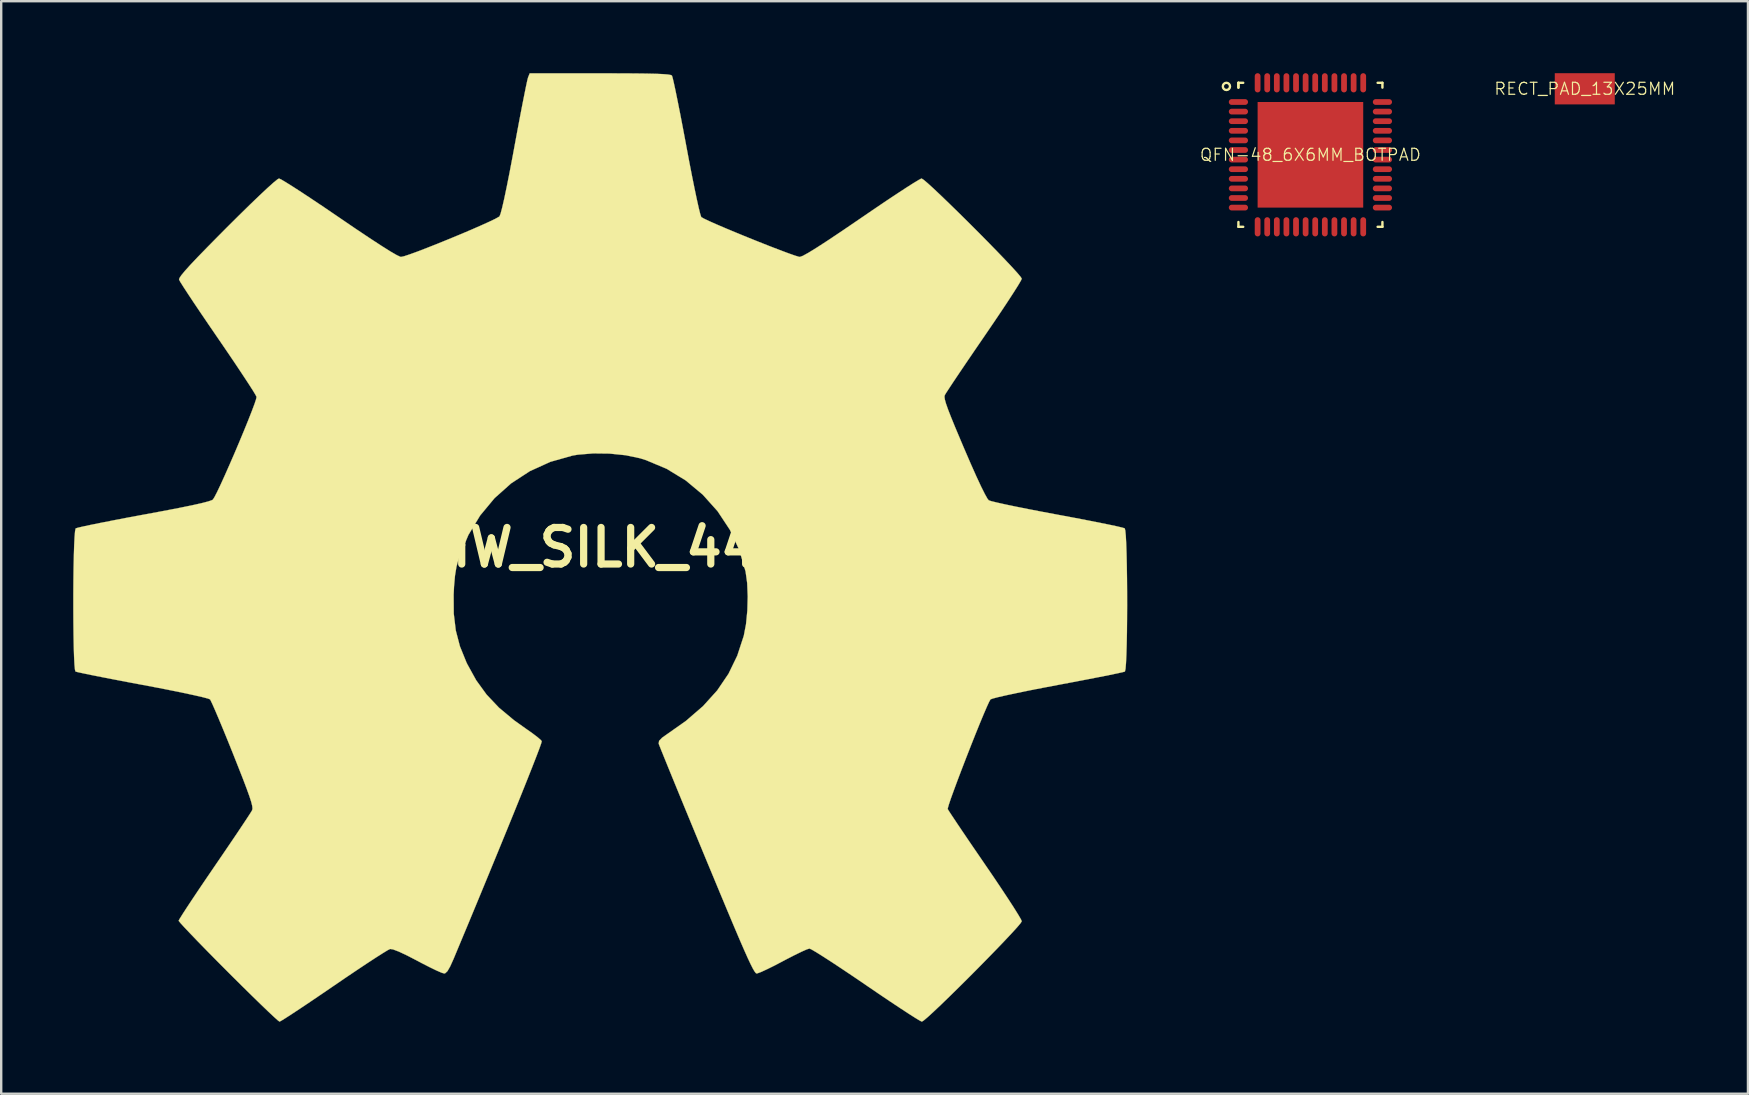
<source format=kicad_pcb>
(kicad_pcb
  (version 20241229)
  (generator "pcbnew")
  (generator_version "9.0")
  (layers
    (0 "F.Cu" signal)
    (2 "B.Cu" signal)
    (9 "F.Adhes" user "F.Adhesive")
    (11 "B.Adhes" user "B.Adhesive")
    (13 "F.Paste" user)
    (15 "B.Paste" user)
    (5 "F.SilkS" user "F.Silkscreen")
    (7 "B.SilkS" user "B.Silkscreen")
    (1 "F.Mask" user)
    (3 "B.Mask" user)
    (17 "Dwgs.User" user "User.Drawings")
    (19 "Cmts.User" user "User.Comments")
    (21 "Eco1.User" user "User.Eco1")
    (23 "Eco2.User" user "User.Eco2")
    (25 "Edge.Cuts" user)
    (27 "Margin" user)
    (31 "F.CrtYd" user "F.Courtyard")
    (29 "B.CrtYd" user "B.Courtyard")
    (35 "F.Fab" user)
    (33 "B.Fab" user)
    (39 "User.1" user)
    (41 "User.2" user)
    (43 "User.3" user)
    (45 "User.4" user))
  (footprint "OSHW_SILK_44MM"
    (layer "F.Cu")
    (at 21.921 19.761)
    (property "Reference" "OSHW_SILK_44MM" (at 0 0 0) (layer "F.SilkS") (effects (font (size 1.524 1.524) (thickness 0.3))))
    (attr through_hole)
    (fp_poly (pts (xy 0.805 -19.754) (xy 1.445 -19.751) (xy 1.96 -19.745) (xy 2.359 -19.736) (xy 2.654 -19.723) (xy 2.856 -19.707) (xy 2.976 -19.686) (xy 3.025 -19.663) (xy 3.054 -19.571) (xy 3.106 -19.35) (xy 3.178 -19.015) (xy 3.266 -18.583) (xy 3.368 -18.07) (xy 3.479 -17.493) (xy 3.597 -16.868) (xy 3.625 -16.716) (xy 3.744 -16.082) (xy 3.859 -15.492) (xy 3.966 -14.962) (xy 4.061 -14.509) (xy 4.141 -14.15) (xy 4.203 -13.9) (xy 4.243 -13.776) (xy 4.249 -13.767) (xy 4.35 -13.707) (xy 4.568 -13.603) (xy 4.88 -13.464) (xy 5.266 -13.299) (xy 5.702 -13.117) (xy 6.166 -12.926) (xy 6.637 -12.737) (xy 7.092 -12.557) (xy 7.51 -12.396) (xy 7.868 -12.262) (xy 8.145 -12.164) (xy 8.317 -12.112) (xy 8.356 -12.106) (xy 8.477 -12.15) (xy 8.716 -12.282) (xy 9.071 -12.501) (xy 9.543 -12.807) (xy 10.129 -13.199) (xy 10.828 -13.675) (xy 10.923 -13.74) (xy 11.454 -14.103) (xy 11.95 -14.438) (xy 12.397 -14.735) (xy 12.782 -14.987) (xy 13.09 -15.183) (xy 13.307 -15.314) (xy 13.418 -15.372) (xy 13.427 -15.374) (xy 13.51 -15.322) (xy 13.681 -15.178) (xy 13.927 -14.954) (xy 14.233 -14.665) (xy 14.586 -14.325) (xy 14.972 -13.948) (xy 15.377 -13.548) (xy 15.786 -13.139) (xy 16.186 -12.734) (xy 16.562 -12.349) (xy 16.901 -11.996) (xy 17.188 -11.691) (xy 17.41 -11.447) (xy 17.553 -11.277) (xy 17.602 -11.198) (xy 17.561 -11.11) (xy 17.445 -10.914) (xy 17.262 -10.625) (xy 17.023 -10.257) (xy 16.736 -9.824) (xy 16.411 -9.342) (xy 16.057 -8.823) (xy 16.034 -8.789) (xy 15.676 -8.267) (xy 15.343 -7.778) (xy 15.044 -7.337) (xy 14.79 -6.959) (xy 14.591 -6.658) (xy 14.455 -6.45) (xy 14.394 -6.349) (xy 14.393 -6.347) (xy 14.381 -6.278) (xy 14.396 -6.166) (xy 14.443 -5.997) (xy 14.527 -5.757) (xy 14.654 -5.431) (xy 14.828 -5.005) (xy 15.055 -4.466) (xy 15.2 -4.124) (xy 15.47 -3.499) (xy 15.707 -2.967) (xy 15.907 -2.538) (xy 16.066 -2.221) (xy 16.177 -2.025) (xy 16.228 -1.965) (xy 16.333 -1.929) (xy 16.567 -1.872) (xy 16.913 -1.795) (xy 17.353 -1.703) (xy 17.87 -1.6) (xy 18.447 -1.488) (xy 19.067 -1.372) (xy 19.087 -1.368) (xy 19.705 -1.253) (xy 20.278 -1.143) (xy 20.791 -1.043) (xy 21.225 -0.954) (xy 21.564 -0.882) (xy 21.791 -0.828) (xy 21.89 -0.798) (xy 21.891 -0.797) (xy 21.915 -0.706) (xy 21.936 -0.487) (xy 21.953 -0.159) (xy 21.967 0.258) (xy 21.978 0.746) (xy 21.986 1.283) (xy 21.99 1.852) (xy 21.991 2.431) (xy 21.988 3.003) (xy 21.983 3.546) (xy 21.973 4.042) (xy 21.96 4.472) (xy 21.944 4.815) (xy 21.925 5.052) (xy 21.901 5.164) (xy 21.897 5.17) (xy 21.806 5.195) (xy 21.586 5.244) (xy 21.254 5.313) (xy 20.825 5.398) (xy 20.318 5.497) (xy 19.748 5.606) (xy 19.132 5.722) (xy 19.098 5.729) (xy 18.48 5.846) (xy 17.907 5.958) (xy 17.396 6.063) (xy 16.963 6.156) (xy 16.624 6.233) (xy 16.398 6.292) (xy 16.3 6.328) (xy 16.299 6.329) (xy 16.241 6.43) (xy 16.142 6.647) (xy 16.008 6.959) (xy 15.847 7.346) (xy 15.668 7.788) (xy 15.479 8.264) (xy 15.287 8.755) (xy 15.1 9.24) (xy 14.926 9.698) (xy 14.773 10.111) (xy 14.648 10.457) (xy 14.561 10.716) (xy 14.518 10.868) (xy 14.516 10.898) (xy 14.566 10.982) (xy 14.692 11.174) (xy 14.882 11.46) (xy 15.127 11.824) (xy 15.417 12.252) (xy 15.744 12.73) (xy 16.08 13.221) (xy 16.43 13.733) (xy 16.751 14.212) (xy 17.035 14.641) (xy 17.272 15.007) (xy 17.451 15.294) (xy 17.564 15.488) (xy 17.602 15.573) (xy 17.551 15.655) (xy 17.407 15.826) (xy 17.183 16.072) (xy 16.895 16.379) (xy 16.556 16.733) (xy 16.18 17.119) (xy 15.781 17.525) (xy 15.373 17.935) (xy 14.97 18.335) (xy 14.586 18.712) (xy 14.235 19.052) (xy 13.93 19.34) (xy 13.687 19.563) (xy 13.518 19.706) (xy 13.439 19.756) (xy 13.355 19.715) (xy 13.163 19.599) (xy 12.877 19.417) (xy 12.514 19.179) (xy 12.085 18.895) (xy 11.607 18.572) (xy 11.11 18.233) (xy 10.596 17.883) (xy 10.117 17.562) (xy 9.688 17.278) (xy 9.322 17.042) (xy 9.035 16.862) (xy 8.842 16.749) (xy 8.757 16.711) (xy 8.647 16.744) (xy 8.435 16.838) (xy 8.146 16.978) (xy 7.807 17.152) (xy 7.66 17.23) (xy 7.308 17.415) (xy 6.994 17.57) (xy 6.745 17.685) (xy 6.587 17.744) (xy 6.555 17.75) (xy 6.518 17.73) (xy 6.467 17.663) (xy 6.395 17.54) (xy 6.301 17.354) (xy 6.179 17.095) (xy 6.027 16.754) (xy 5.84 16.324) (xy 5.615 15.795) (xy 5.347 15.158) (xy 5.033 14.406) (xy 4.669 13.529) (xy 4.462 13.031) (xy 4.133 12.235) (xy 3.821 11.478) (xy 3.529 10.77) (xy 3.264 10.124) (xy 3.029 9.55) (xy 2.829 9.06) (xy 2.669 8.666) (xy 2.553 8.379) (xy 2.487 8.211) (xy 2.473 8.172) (xy 2.49 8.056) (xy 2.614 7.927) (xy 2.759 7.824) (xy 3.611 7.224) (xy 4.325 6.606) (xy 4.911 5.957) (xy 5.382 5.262) (xy 5.747 4.509) (xy 6.018 3.683) (xy 6.02 3.676) (xy 6.112 3.195) (xy 6.167 2.631) (xy 6.183 2.04) (xy 6.16 1.479) (xy 6.094 1.004) (xy 6.094 1.003) (xy 5.831 0.102) (xy 5.438 -0.74) (xy 4.927 -1.512) (xy 4.31 -2.201) (xy 3.599 -2.794) (xy 2.805 -3.278) (xy 1.94 -3.641) (xy 1.694 -3.718) (xy 1.1 -3.843) (xy 0.429 -3.912) (xy -0.256 -3.92) (xy -0.895 -3.867) (xy -1.118 -3.829) (xy -2.039 -3.569) (xy -2.894 -3.181) (xy -3.673 -2.673) (xy -4.366 -2.055) (xy -4.964 -1.335) (xy -5.455 -0.522) (xy -5.832 0.374) (xy -5.867 0.483) (xy -5.953 0.806) (xy -6.013 1.17) (xy -6.053 1.616) (xy -6.07 1.968) (xy -6.065 2.755) (xy -5.981 3.457) (xy -5.808 4.118) (xy -5.538 4.784) (xy -5.499 4.865) (xy -5.13 5.533) (xy -4.699 6.127) (xy -4.183 6.673) (xy -3.558 7.195) (xy -3.057 7.552) (xy -2.791 7.739) (xy -2.573 7.904) (xy -2.434 8.026) (xy -2.399 8.071) (xy -2.42 8.156) (xy -2.495 8.369) (xy -2.621 8.701) (xy -2.794 9.144) (xy -3.01 9.689) (xy -3.265 10.326) (xy -3.557 11.048) (xy -3.882 11.845) (xy -4.236 12.709) (xy -4.615 13.631) (xy -5.016 14.602) (xy -5.435 15.613) (xy -5.87 16.655) (xy -6.071 17.138) (xy -6.215 17.457) (xy -6.327 17.652) (xy -6.421 17.74) (xy -6.464 17.75) (xy -6.575 17.716) (xy -6.789 17.623) (xy -7.079 17.482) (xy -7.419 17.308) (xy -7.578 17.223) (xy -8.01 16.999) (xy -8.353 16.838) (xy -8.594 16.747) (xy -8.716 16.728) (xy -8.813 16.776) (xy -9.016 16.9) (xy -9.312 17.088) (xy -9.684 17.331) (xy -10.119 17.621) (xy -10.6 17.945) (xy -11.058 18.258) (xy -11.565 18.604) (xy -12.035 18.922) (xy -12.453 19.202) (xy -12.806 19.435) (xy -13.078 19.611) (xy -13.256 19.721) (xy -13.324 19.756) (xy -13.393 19.705) (xy -13.555 19.56) (xy -13.798 19.332) (xy -14.11 19.032) (xy -14.48 18.672) (xy -14.895 18.263) (xy -15.345 17.816) (xy -15.467 17.694) (xy -15.922 17.237) (xy -16.341 16.812) (xy -16.715 16.429) (xy -17.031 16.1) (xy -17.279 15.838) (xy -17.447 15.654) (xy -17.524 15.559) (xy -17.527 15.551) (xy -17.487 15.473) (xy -17.371 15.287) (xy -17.19 15.007) (xy -16.953 14.649) (xy -16.67 14.225) (xy -16.349 13.752) (xy -16.033 13.288) (xy -15.684 12.777) (xy -15.359 12.299) (xy -15.069 11.87) (xy -14.825 11.504) (xy -14.635 11.217) (xy -14.511 11.024) (xy -14.464 10.944) (xy -14.451 10.876) (xy -14.462 10.767) (xy -14.503 10.602) (xy -14.578 10.369) (xy -14.692 10.052) (xy -14.849 9.638) (xy -15.056 9.112) (xy -15.258 8.602) (xy -15.475 8.063) (xy -15.678 7.567) (xy -15.86 7.131) (xy -16.013 6.772) (xy -16.13 6.508) (xy -16.204 6.355) (xy -16.222 6.327) (xy -16.314 6.292) (xy -16.536 6.234) (xy -16.871 6.157) (xy -17.302 6.064) (xy -17.812 5.96) (xy -18.384 5.847) (xy -19.003 5.729) (xy -19.029 5.725) (xy -19.646 5.609) (xy -20.219 5.499) (xy -20.73 5.4) (xy -21.163 5.314) (xy -21.501 5.244) (xy -21.727 5.195) (xy -21.824 5.168) (xy -21.826 5.167) (xy -21.849 5.081) (xy -21.869 4.866) (xy -21.885 4.541) (xy -21.898 4.126) (xy -21.907 3.641) (xy -21.913 3.105) (xy -21.916 2.537) (xy -21.916 1.958) (xy -21.912 1.386) (xy -21.905 0.842) (xy -21.894 0.344) (xy -21.881 -0.087) (xy -21.864 -0.433) (xy -21.844 -0.674) (xy -21.821 -0.789) (xy -21.817 -0.795) (xy -21.725 -0.824) (xy -21.503 -0.876) (xy -21.169 -0.947) (xy -20.738 -1.034) (xy -20.229 -1.134) (xy -19.656 -1.244) (xy -19.037 -1.359) (xy -18.976 -1.37) (xy -18.164 -1.521) (xy -17.495 -1.65) (xy -16.962 -1.759) (xy -16.561 -1.849) (xy -16.286 -1.921) (xy -16.133 -1.975) (xy -16.102 -1.995) (xy -16.034 -2.101) (xy -15.921 -2.32) (xy -15.773 -2.633) (xy -15.598 -3.018) (xy -15.405 -3.455) (xy -15.202 -3.921) (xy -15 -4.398) (xy -14.807 -4.862) (xy -14.631 -5.294) (xy -14.482 -5.673) (xy -14.368 -5.977) (xy -14.299 -6.186) (xy -14.282 -6.276) (xy -14.33 -6.369) (xy -14.452 -6.57) (xy -14.641 -6.863) (xy -14.886 -7.235) (xy -15.177 -7.672) (xy -15.506 -8.158) (xy -15.862 -8.679) (xy -15.893 -8.724) (xy -16.251 -9.247) (xy -16.583 -9.735) (xy -16.879 -10.175) (xy -17.129 -10.552) (xy -17.324 -10.851) (xy -17.455 -11.058) (xy -17.51 -11.158) (xy -17.511 -11.161) (xy -17.494 -11.226) (xy -17.415 -11.344) (xy -17.268 -11.522) (xy -17.046 -11.769) (xy -16.742 -12.091) (xy -16.348 -12.496) (xy -15.859 -12.992) (xy -15.516 -13.337) (xy -15.015 -13.835) (xy -14.563 -14.278) (xy -14.167 -14.659) (xy -13.837 -14.968) (xy -13.584 -15.196) (xy -13.416 -15.334) (xy -13.346 -15.374) (xy -13.256 -15.333) (xy -13.059 -15.216) (xy -12.767 -15.033) (xy -12.396 -14.793) (xy -11.959 -14.504) (xy -11.47 -14.177) (xy -10.944 -13.819) (xy -10.828 -13.74) (xy -10.156 -13.282) (xy -9.577 -12.895) (xy -9.096 -12.581) (xy -8.719 -12.343) (xy -8.449 -12.186) (xy -8.292 -12.112) (xy -8.264 -12.106) (xy -8.137 -12.134) (xy -7.899 -12.213) (xy -7.57 -12.332) (xy -7.174 -12.485) (xy -6.731 -12.66) (xy -6.265 -12.85) (xy -5.796 -13.044) (xy -5.346 -13.235) (xy -4.939 -13.413) (xy -4.594 -13.569) (xy -4.336 -13.693) (xy -4.184 -13.778) (xy -4.157 -13.8) (xy -4.114 -13.911) (xy -4.048 -14.158) (xy -3.962 -14.532) (xy -3.859 -15.023) (xy -3.74 -15.621) (xy -3.608 -16.316) (xy -3.541 -16.679) (xy -3.425 -17.305) (xy -3.315 -17.889) (xy -3.214 -18.414) (xy -3.125 -18.864) (xy -3.053 -19.221) (xy -3 -19.467) (xy -2.969 -19.585) (xy -2.968 -19.588) (xy -2.9 -19.756) (xy 0.026 -19.756) (xy 0.805 -19.754)) (stroke (width 0.01) (type solid)) (fill yes) (layer "F.SilkS")))
  (footprint "QFN-48_6X6MM_BOTPAD"
    (layer "F.Cu")
    (at 51.549 3.4)
    (property "Reference" "QFN-48_6X6MM_BOTPAD" (at 0 0 0) (layer "F.SilkS") (effects (font (size 0.5 0.5) (thickness 0.05))))
    (attr smd)
    (fp_line (start -3 -3) (end -3 -2.8) (stroke (width 0.1) (type solid)) (layer "F.SilkS"))
    (fp_line (start -3 -3) (end -3 -2.8) (stroke (width 0.1) (type solid)) (layer "F.SilkS"))
    (fp_line (start -3 -3) (end -2.8 -3) (stroke (width 0.1) (type solid)) (layer "F.SilkS"))
    (fp_line (start -3 2.8) (end -3 3) (stroke (width 0.1) (type solid)) (layer "F.SilkS"))
    (fp_line (start -3 3) (end -2.8 3) (stroke (width 0.1) (type solid)) (layer "F.SilkS"))
    (fp_line (start 3 -3) (end 2.8 -3) (stroke (width 0.1) (type solid)) (layer "F.SilkS"))
    (fp_line (start 3 -3) (end 3 -2.8) (stroke (width 0.1) (type solid)) (layer "F.SilkS"))
    (fp_line (start 3 3) (end 2.8 3) (stroke (width 0.1) (type solid)) (layer "F.SilkS"))
    (fp_line (start 3 3) (end 3 2.8) (stroke (width 0.1) (type solid)) (layer "F.SilkS"))
    (fp_circle (center -3.5 -2.85) (end -3.35 -2.85) (stroke (width 0.1) (type solid)) (fill no) (layer "F.SilkS"))
    (pad "" smd rect (at -1.5 -1.5) (size 1 1) (layers "F.Paste"))
    (pad "" smd rect (at -1.5 1.5) (size 1 1) (layers "F.Paste"))
    (pad "" smd rect (at 1.5 -1.5) (size 1 1) (layers "F.Paste"))
    (pad "" smd rect (at 1.5 1.5) (size 1 1) (layers "F.Paste"))
    (pad "1" smd oval (at -3 -2.2 90) (size 0.24 0.8) (layers "F.Cu" "F.Mask" "F.Paste"))
    (pad "2" smd oval (at -3 -1.8 90) (size 0.24 0.8) (layers "F.Cu" "F.Mask" "F.Paste"))
    (pad "3" smd oval (at -3 -1.4 90) (size 0.24 0.8) (layers "F.Cu" "F.Mask" "F.Paste"))
    (pad "4" smd oval (at -3 -1 90) (size 0.24 0.8) (layers "F.Cu" "F.Mask" "F.Paste"))
    (pad "5" smd oval (at -3 -0.6 90) (size 0.24 0.8) (layers "F.Cu" "F.Mask" "F.Paste"))
    (pad "6" smd oval (at -3 -0.2 90) (size 0.24 0.8) (layers "F.Cu" "F.Mask" "F.Paste"))
    (pad "7" smd oval (at -3 0.2 90) (size 0.24 0.8) (layers "F.Cu" "F.Mask" "F.Paste"))
    (pad "8" smd oval (at -3 0.6 90) (size 0.24 0.8) (layers "F.Cu" "F.Mask" "F.Paste"))
    (pad "9" smd oval (at -3 1 90) (size 0.24 0.8) (layers "F.Cu" "F.Mask" "F.Paste"))
    (pad "10" smd oval (at -3 1.4 90) (size 0.24 0.8) (layers "F.Cu" "F.Mask" "F.Paste"))
    (pad "11" smd oval (at -3 1.8 90) (size 0.24 0.8) (layers "F.Cu" "F.Mask" "F.Paste"))
    (pad "12" smd oval (at -3 2.2 90) (size 0.24 0.8) (layers "F.Cu" "F.Mask" "F.Paste"))
    (pad "13" smd oval (at -2.2 3) (size 0.24 0.8) (layers "F.Cu" "F.Mask" "F.Paste"))
    (pad "14" smd oval (at -1.8 3) (size 0.24 0.8) (layers "F.Cu" "F.Mask" "F.Paste"))
    (pad "15" smd oval (at -1.4 3) (size 0.24 0.8) (layers "F.Cu" "F.Mask" "F.Paste"))
    (pad "16" smd oval (at -1 3) (size 0.24 0.8) (layers "F.Cu" "F.Mask" "F.Paste"))
    (pad "17" smd oval (at -0.6 3) (size 0.24 0.8) (layers "F.Cu" "F.Mask" "F.Paste"))
    (pad "18" smd oval (at -0.2 3) (size 0.24 0.8) (layers "F.Cu" "F.Mask" "F.Paste"))
    (pad "19" smd oval (at 0.2 3) (size 0.24 0.8) (layers "F.Cu" "F.Mask" "F.Paste"))
    (pad "20" smd oval (at 0.6 3) (size 0.24 0.8) (layers "F.Cu" "F.Mask" "F.Paste"))
    (pad "21" smd oval (at 1 3) (size 0.24 0.8) (layers "F.Cu" "F.Mask" "F.Paste"))
    (pad "22" smd oval (at 1.4 3) (size 0.24 0.8) (layers "F.Cu" "F.Mask" "F.Paste"))
    (pad "23" smd oval (at 1.8 3) (size 0.24 0.8) (layers "F.Cu" "F.Mask" "F.Paste"))
    (pad "24" smd oval (at 2.2 3) (size 0.24 0.8) (layers "F.Cu" "F.Mask" "F.Paste"))
    (pad "25" smd oval (at 3 2.2 90) (size 0.24 0.8) (layers "F.Cu" "F.Mask" "F.Paste"))
    (pad "26" smd oval (at 3 1.8 90) (size 0.24 0.8) (layers "F.Cu" "F.Mask" "F.Paste"))
    (pad "27" smd oval (at 3 1.4 90) (size 0.24 0.8) (layers "F.Cu" "F.Mask" "F.Paste"))
    (pad "28" smd oval (at 3 1 90) (size 0.24 0.8) (layers "F.Cu" "F.Mask" "F.Paste"))
    (pad "29" smd oval (at 3 0.6 90) (size 0.24 0.8) (layers "F.Cu" "F.Mask" "F.Paste"))
    (pad "30" smd oval (at 3 0.2 90) (size 0.24 0.8) (layers "F.Cu" "F.Mask" "F.Paste"))
    (pad "31" smd oval (at 3 -0.2 90) (size 0.24 0.8) (layers "F.Cu" "F.Mask" "F.Paste"))
    (pad "32" smd oval (at 3 -0.6 90) (size 0.24 0.8) (layers "F.Cu" "F.Mask" "F.Paste"))
    (pad "33" smd oval (at 3 -1 90) (size 0.24 0.8) (layers "F.Cu" "F.Mask" "F.Paste"))
    (pad "34" smd oval (at 3 -1.4 90) (size 0.24 0.8) (layers "F.Cu" "F.Mask" "F.Paste"))
    (pad "35" smd oval (at 3 -1.8 90) (size 0.24 0.8) (layers "F.Cu" "F.Mask" "F.Paste"))
    (pad "36" smd oval (at 3 -2.2 90) (size 0.24 0.8) (layers "F.Cu" "F.Mask" "F.Paste"))
    (pad "37" smd oval (at 2.2 -3) (size 0.24 0.8) (layers "F.Cu" "F.Mask" "F.Paste"))
    (pad "38" smd oval (at 1.8 -3) (size 0.24 0.8) (layers "F.Cu" "F.Mask" "F.Paste"))
    (pad "39" smd oval (at 1.4 -3) (size 0.24 0.8) (layers "F.Cu" "F.Mask" "F.Paste"))
    (pad "40" smd oval (at 1 -3) (size 0.24 0.8) (layers "F.Cu" "F.Mask" "F.Paste"))
    (pad "41" smd oval (at 0.6 -3) (size 0.24 0.8) (layers "F.Cu" "F.Mask" "F.Paste"))
    (pad "42" smd oval (at 0.2 -3) (size 0.24 0.8) (layers "F.Cu" "F.Mask" "F.Paste"))
    (pad "43" smd oval (at -0.2 -3) (size 0.24 0.8) (layers "F.Cu" "F.Mask" "F.Paste"))
    (pad "44" smd oval (at -0.6 -3) (size 0.24 0.8) (layers "F.Cu" "F.Mask" "F.Paste"))
    (pad "45" smd oval (at -1 -3) (size 0.24 0.8) (layers "F.Cu" "F.Mask" "F.Paste"))
    (pad "46" smd oval (at -1.4 -3) (size 0.24 0.8) (layers "F.Cu" "F.Mask" "F.Paste"))
    (pad "47" smd oval (at -1.8 -3) (size 0.24 0.8) (layers "F.Cu" "F.Mask" "F.Paste"))
    (pad "48" smd oval (at -2.2 -3) (size 0.24 0.8) (layers "F.Cu" "F.Mask" "F.Paste"))
    (pad "49" smd rect (at 0 0) (size 4.4 4.4) (layers "F.Cu" "F.Mask")))
  (footprint "RECT_PAD_13X25MM"
    (layer "F.Cu")
    (at 62.98 0.65)
    (property "Reference" "RECT_PAD_13X25MM" (at 0 0 0) (layer "F.SilkS") (effects (font (size 0.5 0.5) (thickness 0.05))))
    (attr through_hole)
    (pad "1" smd rect (at 0 0) (size 2.5 1.3) (layers "F.Cu" "F.Mask" "F.Paste")))
  (gr_rect
    (start -3 -3)
    (end 69.779 42.521)
    (stroke (width 0.1) (type default))
    (fill no)
    (layer "Edge.Cuts")))
</source>
